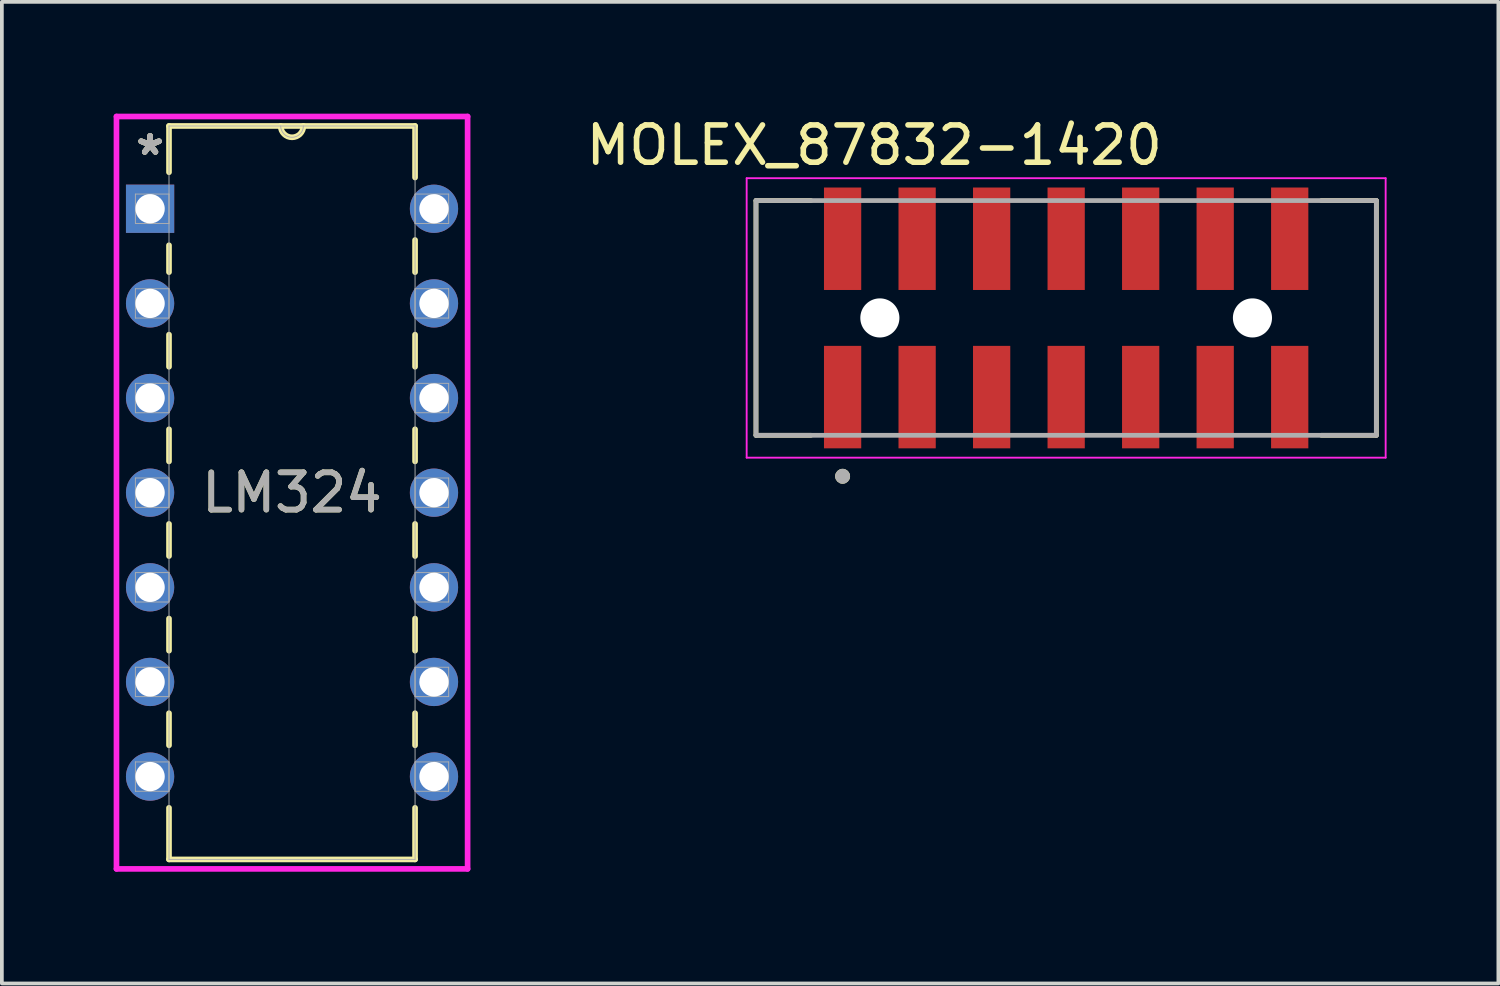
<source format=kicad_pcb>
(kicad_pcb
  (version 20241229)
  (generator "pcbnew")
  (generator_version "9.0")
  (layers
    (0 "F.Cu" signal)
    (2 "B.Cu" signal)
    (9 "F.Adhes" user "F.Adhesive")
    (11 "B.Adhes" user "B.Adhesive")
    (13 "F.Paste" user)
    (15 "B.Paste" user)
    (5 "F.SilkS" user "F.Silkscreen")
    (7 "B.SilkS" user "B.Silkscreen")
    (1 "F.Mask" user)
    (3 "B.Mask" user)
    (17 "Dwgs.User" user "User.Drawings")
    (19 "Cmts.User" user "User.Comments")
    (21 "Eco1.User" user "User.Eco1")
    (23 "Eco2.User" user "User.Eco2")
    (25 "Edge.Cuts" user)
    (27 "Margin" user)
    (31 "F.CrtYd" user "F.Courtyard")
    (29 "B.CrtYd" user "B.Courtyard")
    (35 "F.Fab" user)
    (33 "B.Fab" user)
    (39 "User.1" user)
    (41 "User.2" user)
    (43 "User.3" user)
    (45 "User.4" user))
  (footprint "MOLEX_87832-1420"
    (layer "F.Cu")
    (at 25.565 5.483)
    (property "Reference" "MOLEX_87832-1420" (at -5.15 -4.635 0) (layer "F.SilkS") (effects (font (size 1 1) (thickness 0.15))))
    (attr smd)
    (fp_line (start -8.325 -3.15) (end -6.85 -3.15) (stroke (width 0.127) (type solid)) (layer "F.SilkS"))
    (fp_line (start -8.325 3.15) (end -8.325 -3.15) (stroke (width 0.127) (type solid)) (layer "F.SilkS"))
    (fp_line (start -8.325 3.15) (end -6.85 3.15) (stroke (width 0.127) (type solid)) (layer "F.SilkS"))
    (fp_line (start 6.85 -3.15) (end 8.325 -3.15) (stroke (width 0.127) (type solid)) (layer "F.SilkS"))
    (fp_line (start 6.85 3.15) (end 8.325 3.15) (stroke (width 0.127) (type solid)) (layer "F.SilkS"))
    (fp_line (start 8.325 -3.15) (end 8.325 3.15) (stroke (width 0.127) (type solid)) (layer "F.SilkS"))
    (fp_circle (center -6 4.25) (end -5.9 4.25) (stroke (width 0.2) (type solid)) (fill no) (layer "F.SilkS"))
    (fp_line (start -8.575 -3.75) (end 8.575 -3.75) (stroke (width 0.05) (type solid)) (layer "F.CrtYd"))
    (fp_line (start -8.575 3.75) (end -8.575 -3.75) (stroke (width 0.05) (type solid)) (layer "F.CrtYd"))
    (fp_line (start 8.575 -3.75) (end 8.575 3.75) (stroke (width 0.05) (type solid)) (layer "F.CrtYd"))
    (fp_line (start 8.575 3.75) (end -8.575 3.75) (stroke (width 0.05) (type solid)) (layer "F.CrtYd"))
    (fp_line (start -8.325 -3.15) (end -8.325 3.15) (stroke (width 0.127) (type solid)) (layer "F.Fab"))
    (fp_line (start -8.325 -3.15) (end 8.325 -3.15) (stroke (width 0.127) (type solid)) (layer "F.Fab"))
    (fp_line (start 8.325 -3.15) (end 8.325 3.15) (stroke (width 0.127) (type solid)) (layer "F.Fab"))
    (fp_line (start 8.325 3.15) (end -8.325 3.15) (stroke (width 0.127) (type solid)) (layer "F.Fab"))
    (fp_circle (center -6 4.25) (end -5.9 4.25) (stroke (width 0.2) (type solid)) (fill no) (layer "F.Fab"))
    (pad "" np_thru_hole circle (at -5 0) (size 1.05 1.05) (drill 1.05) (layers "*.Cu" "*.Mask"))
    (pad "" np_thru_hole circle (at 5 0) (size 1.05 1.05) (drill 1.05) (layers "*.Cu" "*.Mask"))
    (pad "1" smd rect (at -6 2.125) (size 1 2.75) (layers "F.Cu" "F.Mask" "F.Paste"))
    (pad "2" smd rect (at -6 -2.125) (size 1 2.75) (layers "F.Cu" "F.Mask" "F.Paste"))
    (pad "3" smd rect (at -4 2.125) (size 1 2.75) (layers "F.Cu" "F.Mask" "F.Paste"))
    (pad "4" smd rect (at -4 -2.125) (size 1 2.75) (layers "F.Cu" "F.Mask" "F.Paste"))
    (pad "5" smd rect (at -2 2.125) (size 1 2.75) (layers "F.Cu" "F.Mask" "F.Paste"))
    (pad "6" smd rect (at -2 -2.125) (size 1 2.75) (layers "F.Cu" "F.Mask" "F.Paste"))
    (pad "7" smd rect (at 0 2.125) (size 1 2.75) (layers "F.Cu" "F.Mask" "F.Paste"))
    (pad "8" smd rect (at 0 -2.125) (size 1 2.75) (layers "F.Cu" "F.Mask" "F.Paste"))
    (pad "9" smd rect (at 2 2.125) (size 1 2.75) (layers "F.Cu" "F.Mask" "F.Paste"))
    (pad "10" smd rect (at 2 -2.125) (size 1 2.75) (layers "F.Cu" "F.Mask" "F.Paste"))
    (pad "11" smd rect (at 4 2.125) (size 1 2.75) (layers "F.Cu" "F.Mask" "F.Paste"))
    (pad "12" smd rect (at 4 -2.125) (size 1 2.75) (layers "F.Cu" "F.Mask" "F.Paste"))
    (pad "13" smd rect (at 6 2.125) (size 1 2.75) (layers "F.Cu" "F.Mask" "F.Paste"))
    (pad "14" smd rect (at 6 -2.125) (size 1 2.75) (layers "F.Cu" "F.Mask" "F.Paste")))
  (footprint "LM324"
    (layer "F.Cu")
    (at 8.598 17.793)
    (property "Reference" "LM324" (at -3.81 -7.62 0) (unlocked yes) (layer "F.SilkS") (effects (font (size 1 1) (thickness 0.15))))
    (attr through_hole)
    (fp_line (start -7.112 -17.462) (end -7.112 -16.22) (stroke (width 0.152) (type solid)) (layer "F.SilkS"))
    (fp_line (start -7.112 -14.26) (end -7.112 -13.539) (stroke (width 0.152) (type solid)) (layer "F.SilkS"))
    (fp_line (start -7.112 -11.861) (end -7.112 -10.999) (stroke (width 0.152) (type solid)) (layer "F.SilkS"))
    (fp_line (start -7.112 -9.321) (end -7.112 -8.459) (stroke (width 0.152) (type solid)) (layer "F.SilkS"))
    (fp_line (start -7.112 -6.781) (end -7.112 -5.919) (stroke (width 0.152) (type solid)) (layer "F.SilkS"))
    (fp_line (start -7.112 -4.241) (end -7.112 -3.379) (stroke (width 0.152) (type solid)) (layer "F.SilkS"))
    (fp_line (start -7.112 -1.701) (end -7.112 -0.839) (stroke (width 0.152) (type solid)) (layer "F.SilkS"))
    (fp_line (start -7.112 0.839) (end -7.112 2.223) (stroke (width 0.152) (type solid)) (layer "F.SilkS"))
    (fp_line (start -7.112 2.223) (end -0.508 2.223) (stroke (width 0.152) (type solid)) (layer "F.SilkS"))
    (fp_line (start -0.508 -17.462) (end -7.112 -17.462) (stroke (width 0.152) (type solid)) (layer "F.SilkS"))
    (fp_line (start -0.508 -16.079) (end -0.508 -17.462) (stroke (width 0.152) (type solid)) (layer "F.SilkS"))
    (fp_line (start -0.508 -13.539) (end -0.508 -14.401) (stroke (width 0.152) (type solid)) (layer "F.SilkS"))
    (fp_line (start -0.508 -10.999) (end -0.508 -11.861) (stroke (width 0.152) (type solid)) (layer "F.SilkS"))
    (fp_line (start -0.508 -8.459) (end -0.508 -9.321) (stroke (width 0.152) (type solid)) (layer "F.SilkS"))
    (fp_line (start -0.508 -5.919) (end -0.508 -6.781) (stroke (width 0.152) (type solid)) (layer "F.SilkS"))
    (fp_line (start -0.508 -3.379) (end -0.508 -4.241) (stroke (width 0.152) (type solid)) (layer "F.SilkS"))
    (fp_line (start -0.508 -0.839) (end -0.508 -1.701) (stroke (width 0.152) (type solid)) (layer "F.SilkS"))
    (fp_line (start -0.508 2.223) (end -0.508 0.839) (stroke (width 0.152) (type solid)) (layer "F.SilkS"))
    (fp_arc (start -3.5052 -17.4625) (mid -3.81 -17.1577) (end -4.1148 -17.4625) (stroke (width 0.1524) (type solid)) (layer "F.SilkS"))
    (fp_line (start -8.522 -17.716) (end -8.522 2.477) (stroke (width 0.152) (type solid)) (layer "F.CrtYd"))
    (fp_line (start -8.522 2.477) (end 0.902 2.477) (stroke (width 0.152) (type solid)) (layer "F.CrtYd"))
    (fp_line (start 0.902 -17.716) (end -8.522 -17.716) (stroke (width 0.152) (type solid)) (layer "F.CrtYd"))
    (fp_line (start 0.902 2.477) (end 0.902 -17.716) (stroke (width 0.152) (type solid)) (layer "F.CrtYd"))
    (fp_line (start -8.014 -15.634) (end -8.014 -14.846) (stroke (width 0.025) (type solid)) (layer "F.Fab"))
    (fp_line (start -8.014 -14.846) (end -7.112 -14.846) (stroke (width 0.025) (type solid)) (layer "F.Fab"))
    (fp_line (start -8.014 -13.094) (end -8.014 -12.306) (stroke (width 0.025) (type solid)) (layer "F.Fab"))
    (fp_line (start -8.014 -12.306) (end -7.112 -12.306) (stroke (width 0.025) (type solid)) (layer "F.Fab"))
    (fp_line (start -8.014 -10.554) (end -8.014 -9.766) (stroke (width 0.025) (type solid)) (layer "F.Fab"))
    (fp_line (start -8.014 -9.766) (end -7.112 -9.766) (stroke (width 0.025) (type solid)) (layer "F.Fab"))
    (fp_line (start -8.014 -8.014) (end -8.014 -7.226) (stroke (width 0.025) (type solid)) (layer "F.Fab"))
    (fp_line (start -8.014 -7.226) (end -7.112 -7.226) (stroke (width 0.025) (type solid)) (layer "F.Fab"))
    (fp_line (start -8.014 -5.474) (end -8.014 -4.686) (stroke (width 0.025) (type solid)) (layer "F.Fab"))
    (fp_line (start -8.014 -4.686) (end -7.112 -4.686) (stroke (width 0.025) (type solid)) (layer "F.Fab"))
    (fp_line (start -8.014 -2.934) (end -8.014 -2.146) (stroke (width 0.025) (type solid)) (layer "F.Fab"))
    (fp_line (start -8.014 -2.146) (end -7.112 -2.146) (stroke (width 0.025) (type solid)) (layer "F.Fab"))
    (fp_line (start -8.014 -0.394) (end -8.014 0.394) (stroke (width 0.025) (type solid)) (layer "F.Fab"))
    (fp_line (start -8.014 0.394) (end -7.112 0.394) (stroke (width 0.025) (type solid)) (layer "F.Fab"))
    (fp_line (start -7.112 -17.462) (end -7.112 2.223) (stroke (width 0.025) (type solid)) (layer "F.Fab"))
    (fp_line (start -7.112 -15.634) (end -8.014 -15.634) (stroke (width 0.025) (type solid)) (layer "F.Fab"))
    (fp_line (start -7.112 -14.846) (end -7.112 -15.634) (stroke (width 0.025) (type solid)) (layer "F.Fab"))
    (fp_line (start -7.112 -13.094) (end -8.014 -13.094) (stroke (width 0.025) (type solid)) (layer "F.Fab"))
    (fp_line (start -7.112 -12.306) (end -7.112 -13.094) (stroke (width 0.025) (type solid)) (layer "F.Fab"))
    (fp_line (start -7.112 -10.554) (end -8.014 -10.554) (stroke (width 0.025) (type solid)) (layer "F.Fab"))
    (fp_line (start -7.112 -9.766) (end -7.112 -10.554) (stroke (width 0.025) (type solid)) (layer "F.Fab"))
    (fp_line (start -7.112 -8.014) (end -8.014 -8.014) (stroke (width 0.025) (type solid)) (layer "F.Fab"))
    (fp_line (start -7.112 -7.226) (end -7.112 -8.014) (stroke (width 0.025) (type solid)) (layer "F.Fab"))
    (fp_line (start -7.112 -5.474) (end -8.014 -5.474) (stroke (width 0.025) (type solid)) (layer "F.Fab"))
    (fp_line (start -7.112 -4.686) (end -7.112 -5.474) (stroke (width 0.025) (type solid)) (layer "F.Fab"))
    (fp_line (start -7.112 -2.934) (end -8.014 -2.934) (stroke (width 0.025) (type solid)) (layer "F.Fab"))
    (fp_line (start -7.112 -2.146) (end -7.112 -2.934) (stroke (width 0.025) (type solid)) (layer "F.Fab"))
    (fp_line (start -7.112 -0.394) (end -8.014 -0.394) (stroke (width 0.025) (type solid)) (layer "F.Fab"))
    (fp_line (start -7.112 0.394) (end -7.112 -0.394) (stroke (width 0.025) (type solid)) (layer "F.Fab"))
    (fp_line (start -7.112 2.223) (end -0.508 2.223) (stroke (width 0.025) (type solid)) (layer "F.Fab"))
    (fp_line (start -0.508 -17.462) (end -7.112 -17.462) (stroke (width 0.025) (type solid)) (layer "F.Fab"))
    (fp_line (start -0.508 -15.634) (end -0.508 -14.846) (stroke (width 0.025) (type solid)) (layer "F.Fab"))
    (fp_line (start -0.508 -14.846) (end 0.394 -14.846) (stroke (width 0.025) (type solid)) (layer "F.Fab"))
    (fp_line (start -0.508 -13.094) (end -0.508 -12.306) (stroke (width 0.025) (type solid)) (layer "F.Fab"))
    (fp_line (start -0.508 -12.306) (end 0.394 -12.306) (stroke (width 0.025) (type solid)) (layer "F.Fab"))
    (fp_line (start -0.508 -10.554) (end -0.508 -9.766) (stroke (width 0.025) (type solid)) (layer "F.Fab"))
    (fp_line (start -0.508 -9.766) (end 0.394 -9.766) (stroke (width 0.025) (type solid)) (layer "F.Fab"))
    (fp_line (start -0.508 -8.014) (end -0.508 -7.226) (stroke (width 0.025) (type solid)) (layer "F.Fab"))
    (fp_line (start -0.508 -7.226) (end 0.394 -7.226) (stroke (width 0.025) (type solid)) (layer "F.Fab"))
    (fp_line (start -0.508 -5.474) (end -0.508 -4.686) (stroke (width 0.025) (type solid)) (layer "F.Fab"))
    (fp_line (start -0.508 -4.686) (end 0.394 -4.686) (stroke (width 0.025) (type solid)) (layer "F.Fab"))
    (fp_line (start -0.508 -2.934) (end -0.508 -2.146) (stroke (width 0.025) (type solid)) (layer "F.Fab"))
    (fp_line (start -0.508 -2.146) (end 0.394 -2.146) (stroke (width 0.025) (type solid)) (layer "F.Fab"))
    (fp_line (start -0.508 -0.394) (end -0.508 0.394) (stroke (width 0.025) (type solid)) (layer "F.Fab"))
    (fp_line (start -0.508 0.394) (end 0.394 0.394) (stroke (width 0.025) (type solid)) (layer "F.Fab"))
    (fp_line (start -0.508 2.223) (end -0.508 -17.462) (stroke (width 0.025) (type solid)) (layer "F.Fab"))
    (fp_line (start 0.394 -15.634) (end -0.508 -15.634) (stroke (width 0.025) (type solid)) (layer "F.Fab"))
    (fp_line (start 0.394 -14.846) (end 0.394 -15.634) (stroke (width 0.025) (type solid)) (layer "F.Fab"))
    (fp_line (start 0.394 -13.094) (end -0.508 -13.094) (stroke (width 0.025) (type solid)) (layer "F.Fab"))
    (fp_line (start 0.394 -12.306) (end 0.394 -13.094) (stroke (width 0.025) (type solid)) (layer "F.Fab"))
    (fp_line (start 0.394 -10.554) (end -0.508 -10.554) (stroke (width 0.025) (type solid)) (layer "F.Fab"))
    (fp_line (start 0.394 -9.766) (end 0.394 -10.554) (stroke (width 0.025) (type solid)) (layer "F.Fab"))
    (fp_line (start 0.394 -8.014) (end -0.508 -8.014) (stroke (width 0.025) (type solid)) (layer "F.Fab"))
    (fp_line (start 0.394 -7.226) (end 0.394 -8.014) (stroke (width 0.025) (type solid)) (layer "F.Fab"))
    (fp_line (start 0.394 -5.474) (end -0.508 -5.474) (stroke (width 0.025) (type solid)) (layer "F.Fab"))
    (fp_line (start 0.394 -4.686) (end 0.394 -5.474) (stroke (width 0.025) (type solid)) (layer "F.Fab"))
    (fp_line (start 0.394 -2.934) (end -0.508 -2.934) (stroke (width 0.025) (type solid)) (layer "F.Fab"))
    (fp_line (start 0.394 -2.146) (end 0.394 -2.934) (stroke (width 0.025) (type solid)) (layer "F.Fab"))
    (fp_line (start 0.394 -0.394) (end -0.508 -0.394) (stroke (width 0.025) (type solid)) (layer "F.Fab"))
    (fp_line (start 0.394 0.394) (end 0.394 -0.394) (stroke (width 0.025) (type solid)) (layer "F.Fab"))
    (fp_arc (start -3.5052 -17.4625) (mid -3.81 -17.1577) (end -4.1148 -17.4625) (stroke (width 0.0254) (type solid)) (layer "F.Fab"))
    (fp_text user "*" (at -7.62 -16.65 0) (layer "F.SilkS") (effects (font (size 1 1) (thickness 0.15))))
    (fp_text user "*" (at -7.62 -16.65 0) (unlocked yes) (layer "F.SilkS") (effects (font (size 1 1) (thickness 0.15))))
    (fp_text user "${REFERENCE}" (at -3.81 -7.62 0) (unlocked yes) (layer "F.Fab") (effects (font (size 1 1) (thickness 0.15))))
    (fp_text user "*" (at -7.62 -16.65 0) (layer "F.Fab") (effects (font (size 1 1) (thickness 0.15))))
    (fp_text user "*" (at -7.62 -16.65 0) (unlocked yes) (layer "F.Fab") (effects (font (size 1 1) (thickness 0.15))))
    (pad "1" thru_hole rect (at -7.62 -15.24) (size 1.295 1.295) (drill 0.787) (layers "*.Cu" "*.Mask"))
    (pad "2" thru_hole circle (at -7.62 -12.7) (size 1.295 1.295) (drill 0.787) (layers "*.Cu" "*.Mask"))
    (pad "3" thru_hole circle (at -7.62 -10.16) (size 1.295 1.295) (drill 0.787) (layers "*.Cu" "*.Mask"))
    (pad "4" thru_hole circle (at -7.62 -7.62) (size 1.295 1.295) (drill 0.787) (layers "*.Cu" "*.Mask"))
    (pad "5" thru_hole circle (at -7.62 -5.08) (size 1.295 1.295) (drill 0.787) (layers "*.Cu" "*.Mask"))
    (pad "6" thru_hole circle (at -7.62 -2.54) (size 1.295 1.295) (drill 0.787) (layers "*.Cu" "*.Mask"))
    (pad "7" thru_hole circle (at -7.62 0) (size 1.295 1.295) (drill 0.787) (layers "*.Cu" "*.Mask"))
    (pad "8" thru_hole circle (at 0 0) (size 1.295 1.295) (drill 0.787) (layers "*.Cu" "*.Mask"))
    (pad "9" thru_hole circle (at 0 -2.54) (size 1.295 1.295) (drill 0.787) (layers "*.Cu" "*.Mask"))
    (pad "10" thru_hole circle (at 0 -5.08) (size 1.295 1.295) (drill 0.787) (layers "*.Cu" "*.Mask"))
    (pad "11" thru_hole circle (at 0 -7.62) (size 1.295 1.295) (drill 0.787) (layers "*.Cu" "*.Mask"))
    (pad "12" thru_hole circle (at 0 -10.16) (size 1.295 1.295) (drill 0.787) (layers "*.Cu" "*.Mask"))
    (pad "13" thru_hole circle (at 0 -12.7) (size 1.295 1.295) (drill 0.787) (layers "*.Cu" "*.Mask"))
    (pad "14" thru_hole circle (at 0 -15.24) (size 1.295 1.295) (drill 0.787) (layers "*.Cu" "*.Mask")))
  (gr_rect
    (start -3 -3)
    (end 37.165 23.345)
    (stroke (width 0.1) (type default))
    (fill no)
    (layer "Edge.Cuts")))
</source>
